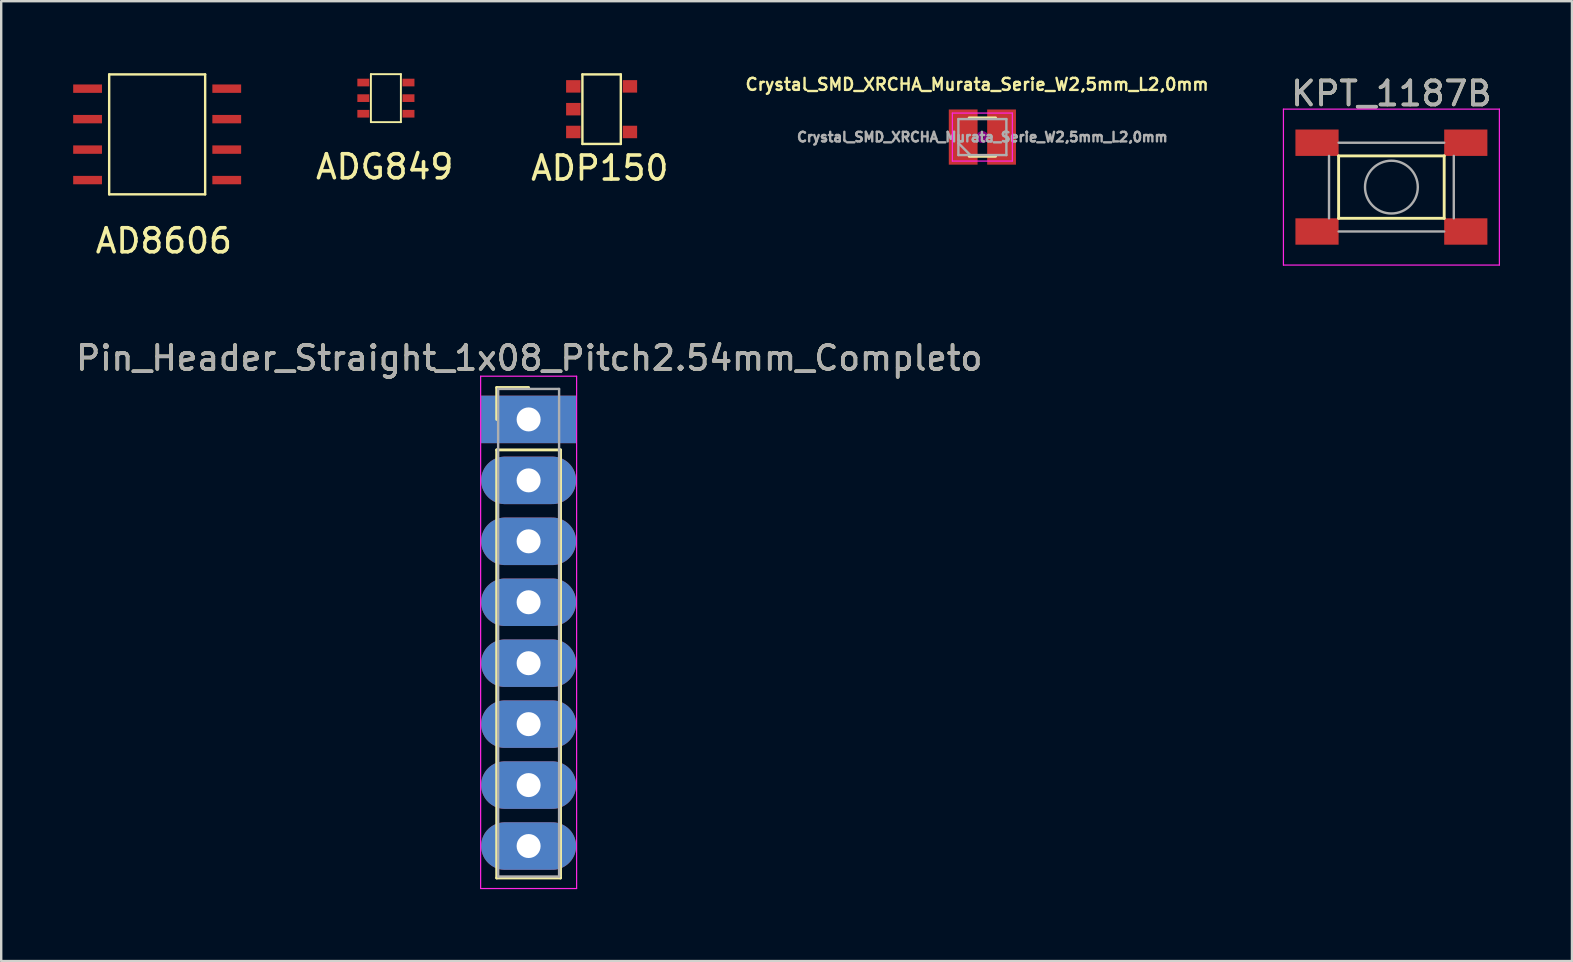
<source format=kicad_pcb>
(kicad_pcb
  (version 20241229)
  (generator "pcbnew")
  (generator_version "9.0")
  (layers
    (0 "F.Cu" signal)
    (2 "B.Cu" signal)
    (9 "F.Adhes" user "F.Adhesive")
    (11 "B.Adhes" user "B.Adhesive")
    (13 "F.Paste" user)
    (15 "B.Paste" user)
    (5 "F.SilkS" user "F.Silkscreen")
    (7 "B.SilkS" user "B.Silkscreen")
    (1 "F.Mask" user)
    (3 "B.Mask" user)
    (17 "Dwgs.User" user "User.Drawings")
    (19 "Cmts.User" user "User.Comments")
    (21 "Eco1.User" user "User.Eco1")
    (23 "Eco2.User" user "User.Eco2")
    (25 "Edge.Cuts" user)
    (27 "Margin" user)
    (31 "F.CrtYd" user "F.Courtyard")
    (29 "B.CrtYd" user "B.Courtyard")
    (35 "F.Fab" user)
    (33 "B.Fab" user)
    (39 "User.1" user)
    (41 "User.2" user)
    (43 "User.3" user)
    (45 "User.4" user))
  (footprint "Pin_Header_Straight_1x08_Pitch2.54mm_Completo"
    (layer "F.Cu")
    (at 18.981 14.43)
    (property "Reference" "Pin_Header_Straight_1x08_Pitch2.54mm_Completo" (at 0.025 -2.559 0) (layer "F.SilkS") (effects (font (size 1 1) (thickness 0.15))))
    (attr through_hole)
    (fp_line (start -1.33 -1.33) (end 0 -1.33) (stroke (width 0.12) (type solid)) (layer "F.SilkS"))
    (fp_line (start -1.33 0) (end -1.33 -1.33) (stroke (width 0.12) (type solid)) (layer "F.SilkS"))
    (fp_line (start -1.33 1.27) (end -1.33 19.11) (stroke (width 0.12) (type solid)) (layer "F.SilkS"))
    (fp_line (start -1.33 19.11) (end 1.33 19.11) (stroke (width 0.12) (type solid)) (layer "F.SilkS"))
    (fp_line (start 1.33 1.27) (end -1.33 1.27) (stroke (width 0.12) (type solid)) (layer "F.SilkS"))
    (fp_line (start 1.33 19.11) (end 1.33 1.27) (stroke (width 0.12) (type solid)) (layer "F.SilkS"))
    (fp_line (start -2 -1.8) (end -2 19.55) (stroke (width 0.05) (type solid)) (layer "F.CrtYd"))
    (fp_line (start -2 19.55) (end 2 19.55) (stroke (width 0.05) (type solid)) (layer "F.CrtYd"))
    (fp_line (start 2 -1.8) (end -2 -1.8) (stroke (width 0.05) (type solid)) (layer "F.CrtYd"))
    (fp_line (start 2 19.55) (end 2 -1.8) (stroke (width 0.05) (type solid)) (layer "F.CrtYd"))
    (fp_line (start -1.27 -1.27) (end -1.27 19.05) (stroke (width 0.1) (type solid)) (layer "F.Fab"))
    (fp_line (start -1.27 19.05) (end 1.27 19.05) (stroke (width 0.1) (type solid)) (layer "F.Fab"))
    (fp_line (start 1.27 -1.27) (end -1.27 -1.27) (stroke (width 0.1) (type solid)) (layer "F.Fab"))
    (fp_line (start 1.27 19.05) (end 1.27 -1.27) (stroke (width 0.1) (type solid)) (layer "F.Fab"))
    (fp_text user "${REFERENCE}" (at 0.025 -2.559 0) (layer "F.Fab") (effects (font (size 1 1) (thickness 0.15))))
    (pad "1" thru_hole rect (at 0 0) (size 3.96 1.98) (drill 1) (layers "*.Cu" "*.Mask"))
    (pad "2" thru_hole oval (at 0 2.54) (size 3.96 1.98) (drill 1) (layers "*.Cu" "*.Mask"))
    (pad "3" thru_hole oval (at 0 5.08) (size 3.96 1.98) (drill 1) (layers "*.Cu" "*.Mask"))
    (pad "4" thru_hole oval (at 0 7.62) (size 3.96 1.98) (drill 1) (layers "*.Cu" "*.Mask"))
    (pad "5" thru_hole oval (at 0 10.16) (size 3.96 1.98) (drill 1) (layers "*.Cu" "*.Mask"))
    (pad "6" thru_hole oval (at 0 12.7) (size 3.96 1.98) (drill 1) (layers "*.Cu" "*.Mask"))
    (pad "7" thru_hole oval (at 0 15.24) (size 3.96 1.98) (drill 1) (layers "*.Cu" "*.Mask"))
    (pad "8" thru_hole oval (at 0 17.78) (size 3.96 1.98) (drill 1) (layers "*.Cu" "*.Mask")))
  (footprint "ADG849"
    (layer "F.Cu")
    (at 13.033 1.04)
    (property "Reference" "ADG849" (at -0.051 2.862 0) (layer "F.SilkS") (effects (font (size 1 1) (thickness 0.15))))
    (attr through_hole)
    (fp_line (start -0.625 -1) (end 0.625 -1) (stroke (width 0.08) (type solid)) (layer "F.SilkS"))
    (fp_line (start -0.625 1) (end -0.625 -1) (stroke (width 0.08) (type solid)) (layer "F.SilkS"))
    (fp_line (start 0.625 -1) (end 0.625 1) (stroke (width 0.08) (type solid)) (layer "F.SilkS"))
    (fp_line (start 0.625 1) (end -0.625 1) (stroke (width 0.08) (type solid)) (layer "F.SilkS"))
    (pad "1" smd rect (at -0.94 -0.65) (size 0.5 0.32) (layers "F.Cu" "F.Mask" "F.Paste"))
    (pad "2" smd rect (at -0.94 0) (size 0.5 0.32) (layers "F.Cu" "F.Mask" "F.Paste"))
    (pad "3" smd rect (at -0.94 0.65) (size 0.5 0.32) (layers "F.Cu" "F.Mask" "F.Paste"))
    (pad "4" smd rect (at 0.94 0.65) (size 0.5 0.32) (layers "F.Cu" "F.Mask" "F.Paste"))
    (pad "5" smd rect (at 0.94 0) (size 0.5 0.32) (layers "F.Cu" "F.Mask" "F.Paste"))
    (pad "6" smd rect (at 0.94 -0.65) (size 0.5 0.32) (layers "F.Cu" "F.Mask" "F.Paste")))
  (footprint "Crystal_SMD_XRCHA_Murata_Serie_W2,5mm_L2,0mm"
    (layer "F.Cu")
    (at 37.892 2.663)
    (property "Reference" "Crystal_SMD_XRCHA_Murata_Serie_W2,5mm_L2,0mm" (at -0.221 -2.195 0) (layer "F.SilkS") (effects (font (size 0.5 0.5) (thickness 0.1))))
    (attr smd)
    (fp_line (start -0.55 -0.8) (end 0.55 -0.8) (stroke (width 0.12) (type solid)) (layer "F.SilkS"))
    (fp_line (start -0.55 0.8) (end 0.55 0.8) (stroke (width 0.12) (type solid)) (layer "F.SilkS"))
    (fp_circle (center 0 0) (end 0.058 0) (stroke (width 0.117) (type solid)) (fill no) (layer "F.Adhes"))
    (fp_circle (center 0 0) (end 0.15 0) (stroke (width 0.083) (type solid)) (fill no) (layer "F.Adhes"))
    (fp_circle (center 0 0) (end 0.15 0) (stroke (width 0.1) (type solid)) (fill no) (layer "F.Adhes"))
    (fp_circle (center 0 0) (end 0.208 0) (stroke (width 0.083) (type solid)) (fill no) (layer "F.Adhes"))
    (fp_line (start -1.25 -1) (end -1.25 1) (stroke (width 0.05) (type solid)) (layer "F.CrtYd"))
    (fp_line (start -1.25 1) (end 1.25 1) (stroke (width 0.05) (type solid)) (layer "F.CrtYd"))
    (fp_line (start 1.25 -1) (end -1.25 -1) (stroke (width 0.05) (type solid)) (layer "F.CrtYd"))
    (fp_line (start 1.25 -1) (end 1.25 1) (stroke (width 0.05) (type solid)) (layer "F.CrtYd"))
    (fp_line (start -1 -0.75) (end -1 0.75) (stroke (width 0.1) (type solid)) (layer "F.Fab"))
    (fp_line (start -1 0.25) (end -0.5 0.75) (stroke (width 0.1) (type solid)) (layer "F.Fab"))
    (fp_line (start -1 0.75) (end 1 0.75) (stroke (width 0.1) (type solid)) (layer "F.Fab"))
    (fp_line (start 1 -0.75) (end -1 -0.75) (stroke (width 0.1) (type solid)) (layer "F.Fab"))
    (fp_line (start 1 0.75) (end 1 -0.75) (stroke (width 0.1) (type solid)) (layer "F.Fab"))
    (fp_text user "${REFERENCE}" (at 0 0 0) (layer "F.Fab") (effects (font (size 0.4 0.4) (thickness 0.1))))
    (pad "1" smd rect (at -0.8 0) (size 1.2 2.3) (layers "F.Cu" "F.Mask" "F.Paste"))
    (pad "2" smd rect (at 0.8 0) (size 1.2 2.3) (layers "F.Cu" "F.Mask" "F.Paste")))
  (footprint "AD8606"
    (layer "F.Cu")
    (at 3.5 2.55)
    (property "Reference" "AD8606" (at 0.279 4.437 0) (layer "F.SilkS") (effects (font (size 1 1) (thickness 0.15))))
    (attr through_hole)
    (fp_line (start -2 -2.5) (end -2 2.5) (stroke (width 0.1) (type solid)) (layer "F.SilkS"))
    (fp_line (start -2 -2.5) (end 2 -2.5) (stroke (width 0.1) (type solid)) (layer "F.SilkS"))
    (fp_line (start -2 2.5) (end 2 2.5) (stroke (width 0.1) (type solid)) (layer "F.SilkS"))
    (fp_line (start 2 -2.5) (end 2 2.5) (stroke (width 0.1) (type solid)) (layer "F.SilkS"))
    (pad "1" smd rect (at -2.9 -1.905) (size 1.2 0.35) (layers "F.Cu" "F.Mask" "F.Paste"))
    (pad "2" smd rect (at -2.9 -0.635) (size 1.2 0.35) (layers "F.Cu" "F.Mask" "F.Paste"))
    (pad "3" smd rect (at -2.9 0.635) (size 1.2 0.35) (layers "F.Cu" "F.Mask" "F.Paste"))
    (pad "4" smd rect (at -2.9 1.905) (size 1.2 0.35) (layers "F.Cu" "F.Mask" "F.Paste"))
    (pad "5" smd rect (at 2.9 -1.905) (size 1.2 0.35) (layers "F.Cu" "F.Mask" "F.Paste"))
    (pad "6" smd rect (at 2.9 -0.635) (size 1.2 0.35) (layers "F.Cu" "F.Mask" "F.Paste"))
    (pad "7" smd rect (at 2.9 0.635) (size 1.2 0.35) (layers "F.Cu" "F.Mask" "F.Paste"))
    (pad "8" smd rect (at 2.9 1.905) (size 1.2 0.35) (layers "F.Cu" "F.Mask" "F.Paste")))
  (footprint "ADP150"
    (layer "F.Cu")
    (at 22.023 1.5)
    (property "Reference" "ADP150" (at -0.076 2.456 0) (layer "F.SilkS") (effects (font (size 1 1) (thickness 0.15))))
    (attr through_hole)
    (fp_line (start -0.8 -1.45) (end -0.8 1.45) (stroke (width 0.1) (type solid)) (layer "F.SilkS"))
    (fp_line (start -0.8 -1.45) (end 0.8 -1.45) (stroke (width 0.1) (type solid)) (layer "F.SilkS"))
    (fp_line (start -0.8 1.45) (end 0.8 1.45) (stroke (width 0.1) (type solid)) (layer "F.SilkS"))
    (fp_line (start 0.8 -1.45) (end 0.8 1.45) (stroke (width 0.1) (type solid)) (layer "F.SilkS"))
    (pad "1" smd rect (at -1.18 -0.95) (size 0.6 0.52) (layers "F.Cu" "F.Mask" "F.Paste"))
    (pad "2" smd rect (at -1.18 0) (size 0.6 0.52) (layers "F.Cu" "F.Mask" "F.Paste"))
    (pad "3" smd rect (at -1.18 0.95) (size 0.6 0.52) (layers "F.Cu" "F.Mask" "F.Paste"))
    (pad "4" smd rect (at 1.18 0.95) (size 0.6 0.52) (layers "F.Cu" "F.Mask" "F.Paste"))
    (pad "5" smd rect (at 1.18 -0.95) (size 0.6 0.52) (layers "F.Cu" "F.Mask" "F.Paste")))
  (footprint "KPT_1187B"
    (layer "F.Cu")
    (at 54.939 4.748)
    (property "Reference" "KPT_1187B" (at 0 -3.9 0) (layer "F.SilkS") (effects (font (size 1 1) (thickness 0.15))))
    (attr smd)
    (fp_line (start -2.2 -1.3) (end 2.2 -1.3) (stroke (width 0.12) (type solid)) (layer "F.SilkS"))
    (fp_line (start -2.2 1.3) (end -2.2 -1.3) (stroke (width 0.12) (type solid)) (layer "F.SilkS"))
    (fp_line (start -2.2 1.3) (end 2.2 1.3) (stroke (width 0.12) (type solid)) (layer "F.SilkS"))
    (fp_line (start 2.2 -1.3) (end 2.2 1.3) (stroke (width 0.12) (type solid)) (layer "F.SilkS"))
    (fp_line (start -4.5 -3.25) (end 4.5 -3.25) (stroke (width 0.05) (type solid)) (layer "F.CrtYd"))
    (fp_line (start -4.5 3.25) (end -4.5 -3.25) (stroke (width 0.05) (type solid)) (layer "F.CrtYd"))
    (fp_line (start 4.5 -3.25) (end 4.5 3.25) (stroke (width 0.05) (type solid)) (layer "F.CrtYd"))
    (fp_line (start 4.5 3.25) (end -4.5 3.25) (stroke (width 0.05) (type solid)) (layer "F.CrtYd"))
    (fp_line (start -2.6 1.3) (end -2.6 -1.3) (stroke (width 0.1) (type solid)) (layer "F.Fab"))
    (fp_line (start -2.2 -1.85) (end 2.2 -1.85) (stroke (width 0.1) (type solid)) (layer "F.Fab"))
    (fp_line (start 2.2 1.85) (end -2.2 1.85) (stroke (width 0.1) (type solid)) (layer "F.Fab"))
    (fp_line (start 2.6 -1.3) (end 2.6 1.3) (stroke (width 0.1) (type solid)) (layer "F.Fab"))
    (fp_circle (center 0 0) (end 1.1 0) (stroke (width 0.1) (type solid)) (fill no) (layer "F.Fab"))
    (fp_text user "${REFERENCE}" (at 0 -3.9 0) (layer "F.Fab") (effects (font (size 1 1) (thickness 0.15))))
    (pad "1" smd rect (at -3.1 -1.85) (size 1.8 1.1) (layers "F.Cu" "F.Mask" "F.Paste"))
    (pad "1" smd rect (at 3.1 -1.85) (size 1.8 1.1) (layers "F.Cu" "F.Mask" "F.Paste"))
    (pad "2" smd rect (at -3.1 1.85) (size 1.8 1.1) (layers "F.Cu" "F.Mask" "F.Paste"))
    (pad "2" smd rect (at 3.1 1.85) (size 1.8 1.1) (layers "F.Cu" "F.Mask" "F.Paste")))
  (gr_rect
    (start -3 -3)
    (end 62.464 37.005)
    (stroke (width 0.1) (type default))
    (fill no)
    (layer "Edge.Cuts")))
</source>
